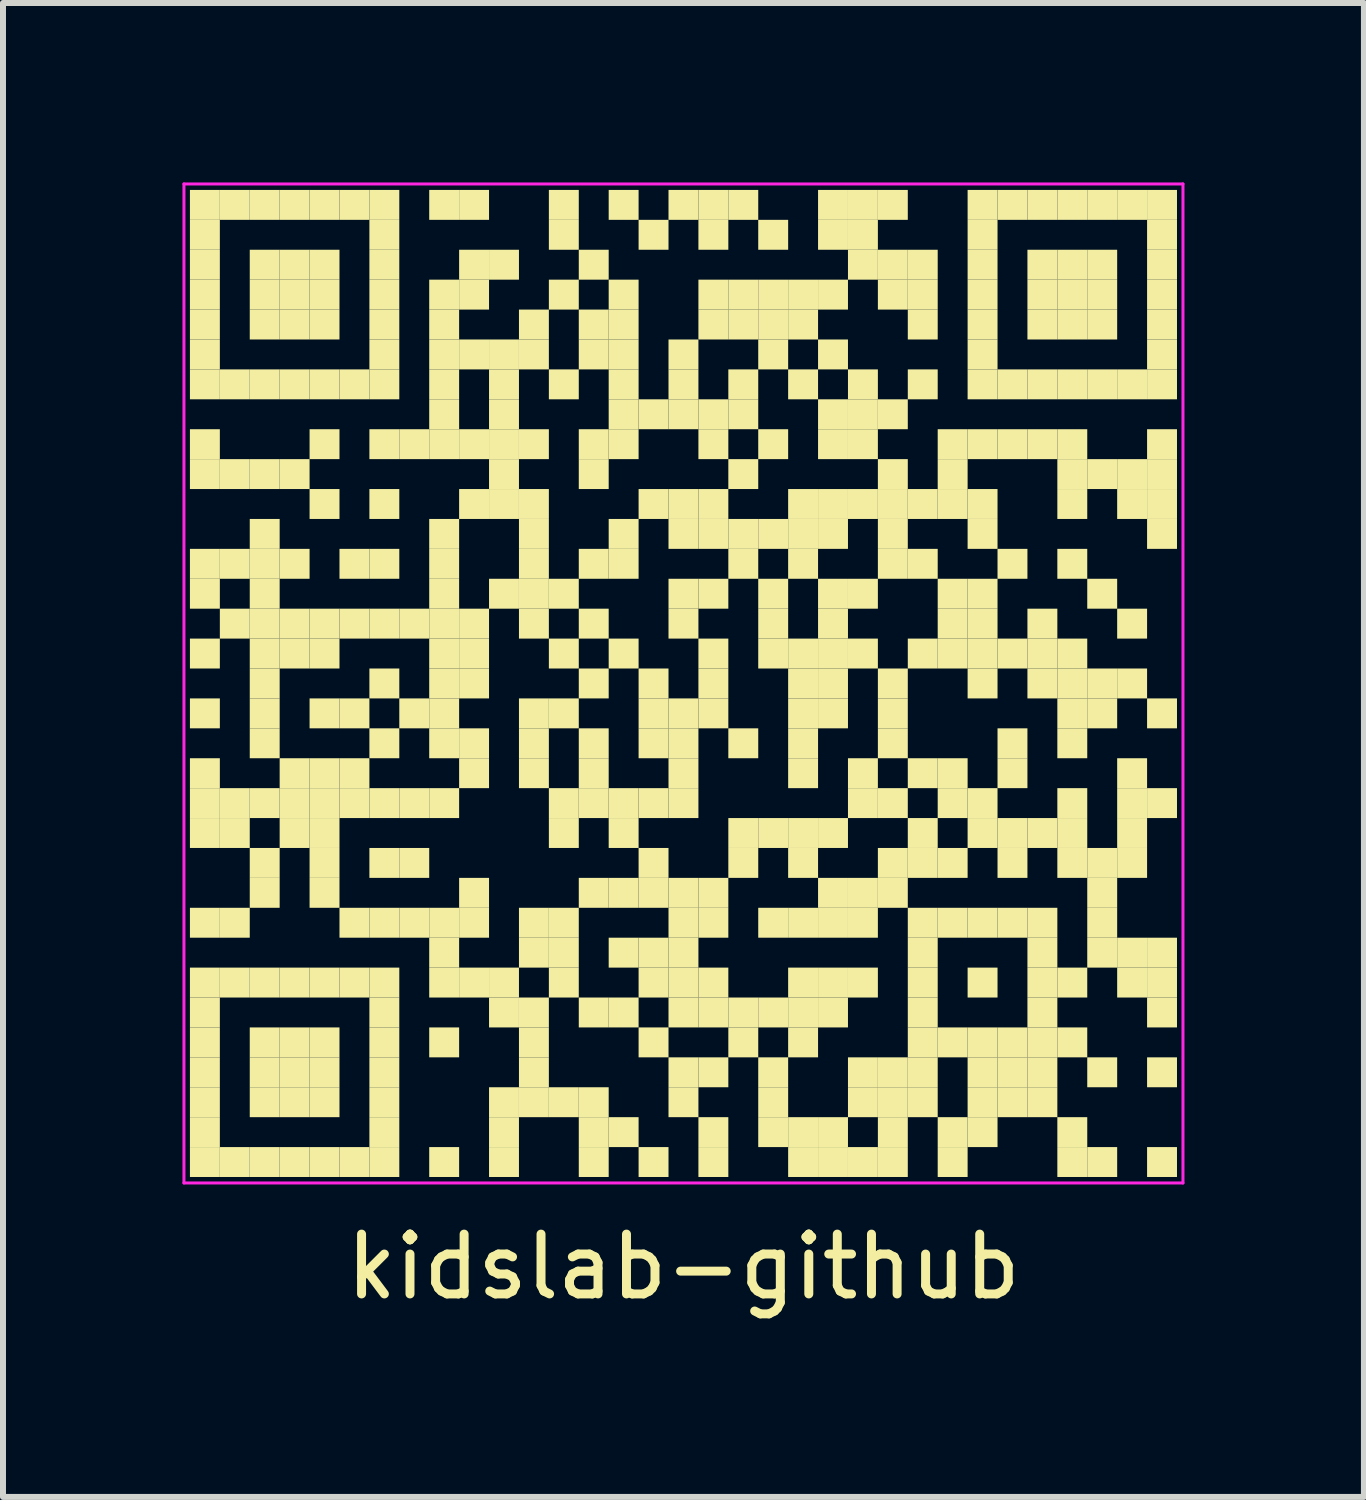
<source format=kicad_pcb>
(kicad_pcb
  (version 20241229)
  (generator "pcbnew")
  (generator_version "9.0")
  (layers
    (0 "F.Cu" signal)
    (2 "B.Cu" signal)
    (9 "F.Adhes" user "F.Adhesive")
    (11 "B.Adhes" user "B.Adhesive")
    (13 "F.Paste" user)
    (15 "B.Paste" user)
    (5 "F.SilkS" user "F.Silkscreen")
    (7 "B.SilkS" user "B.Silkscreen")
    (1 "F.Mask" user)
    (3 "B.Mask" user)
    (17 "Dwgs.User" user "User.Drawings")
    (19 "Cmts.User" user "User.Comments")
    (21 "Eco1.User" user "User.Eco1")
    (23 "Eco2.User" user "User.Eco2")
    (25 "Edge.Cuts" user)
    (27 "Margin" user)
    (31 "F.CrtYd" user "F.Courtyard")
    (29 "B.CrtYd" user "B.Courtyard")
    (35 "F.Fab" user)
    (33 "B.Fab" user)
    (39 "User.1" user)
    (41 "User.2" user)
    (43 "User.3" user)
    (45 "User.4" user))
  (footprint "kidslab-github"
    (layer "F.Cu")
    (at 8.375 8.375)
    (property "Reference" "kidslab-github" (at 0 9.75 0) (layer "F.SilkS") (effects (font (size 1 1) (thickness 0.15))))
    (fp_rect (start -8.25 -8.25) (end -7.75 -7.75) (stroke (width 0) (type solid)) (fill yes) (layer "F.SilkS"))
    (fp_rect (start -8.25 -7.75) (end -7.75 -7.25) (stroke (width 0) (type solid)) (fill yes) (layer "F.SilkS"))
    (fp_rect (start -8.25 -7.25) (end -7.75 -6.75) (stroke (width 0) (type solid)) (fill yes) (layer "F.SilkS"))
    (fp_rect (start -8.25 -6.75) (end -7.75 -6.25) (stroke (width 0) (type solid)) (fill yes) (layer "F.SilkS"))
    (fp_rect (start -8.25 -6.25) (end -7.75 -5.75) (stroke (width 0) (type solid)) (fill yes) (layer "F.SilkS"))
    (fp_rect (start -8.25 -5.75) (end -7.75 -5.25) (stroke (width 0) (type solid)) (fill yes) (layer "F.SilkS"))
    (fp_rect (start -8.25 -5.25) (end -7.75 -4.75) (stroke (width 0) (type solid)) (fill yes) (layer "F.SilkS"))
    (fp_rect (start -8.25 -4.25) (end -7.75 -3.75) (stroke (width 0) (type solid)) (fill yes) (layer "F.SilkS"))
    (fp_rect (start -8.25 -3.75) (end -7.75 -3.25) (stroke (width 0) (type solid)) (fill yes) (layer "F.SilkS"))
    (fp_rect (start -8.25 -2.25) (end -7.75 -1.75) (stroke (width 0) (type solid)) (fill yes) (layer "F.SilkS"))
    (fp_rect (start -8.25 -1.75) (end -7.75 -1.25) (stroke (width 0) (type solid)) (fill yes) (layer "F.SilkS"))
    (fp_rect (start -8.25 -0.75) (end -7.75 -0.25) (stroke (width 0) (type solid)) (fill yes) (layer "F.SilkS"))
    (fp_rect (start -8.25 0.25) (end -7.75 0.75) (stroke (width 0) (type solid)) (fill yes) (layer "F.SilkS"))
    (fp_rect (start -8.25 1.25) (end -7.75 1.75) (stroke (width 0) (type solid)) (fill yes) (layer "F.SilkS"))
    (fp_rect (start -8.25 1.75) (end -7.75 2.25) (stroke (width 0) (type solid)) (fill yes) (layer "F.SilkS"))
    (fp_rect (start -8.25 2.25) (end -7.75 2.75) (stroke (width 0) (type solid)) (fill yes) (layer "F.SilkS"))
    (fp_rect (start -8.25 3.75) (end -7.75 4.25) (stroke (width 0) (type solid)) (fill yes) (layer "F.SilkS"))
    (fp_rect (start -8.25 4.75) (end -7.75 5.25) (stroke (width 0) (type solid)) (fill yes) (layer "F.SilkS"))
    (fp_rect (start -8.25 5.25) (end -7.75 5.75) (stroke (width 0) (type solid)) (fill yes) (layer "F.SilkS"))
    (fp_rect (start -8.25 5.75) (end -7.75 6.25) (stroke (width 0) (type solid)) (fill yes) (layer "F.SilkS"))
    (fp_rect (start -8.25 6.25) (end -7.75 6.75) (stroke (width 0) (type solid)) (fill yes) (layer "F.SilkS"))
    (fp_rect (start -8.25 6.75) (end -7.75 7.25) (stroke (width 0) (type solid)) (fill yes) (layer "F.SilkS"))
    (fp_rect (start -8.25 7.25) (end -7.75 7.75) (stroke (width 0) (type solid)) (fill yes) (layer "F.SilkS"))
    (fp_rect (start -8.25 7.75) (end -7.75 8.25) (stroke (width 0) (type solid)) (fill yes) (layer "F.SilkS"))
    (fp_rect (start -7.75 -8.25) (end -7.25 -7.75) (stroke (width 0) (type solid)) (fill yes) (layer "F.SilkS"))
    (fp_rect (start -7.75 -5.25) (end -7.25 -4.75) (stroke (width 0) (type solid)) (fill yes) (layer "F.SilkS"))
    (fp_rect (start -7.75 -3.75) (end -7.25 -3.25) (stroke (width 0) (type solid)) (fill yes) (layer "F.SilkS"))
    (fp_rect (start -7.75 -2.25) (end -7.25 -1.75) (stroke (width 0) (type solid)) (fill yes) (layer "F.SilkS"))
    (fp_rect (start -7.75 -1.25) (end -7.25 -0.75) (stroke (width 0) (type solid)) (fill yes) (layer "F.SilkS"))
    (fp_rect (start -7.75 1.75) (end -7.25 2.25) (stroke (width 0) (type solid)) (fill yes) (layer "F.SilkS"))
    (fp_rect (start -7.75 2.25) (end -7.25 2.75) (stroke (width 0) (type solid)) (fill yes) (layer "F.SilkS"))
    (fp_rect (start -7.75 3.75) (end -7.25 4.25) (stroke (width 0) (type solid)) (fill yes) (layer "F.SilkS"))
    (fp_rect (start -7.75 4.75) (end -7.25 5.25) (stroke (width 0) (type solid)) (fill yes) (layer "F.SilkS"))
    (fp_rect (start -7.75 7.75) (end -7.25 8.25) (stroke (width 0) (type solid)) (fill yes) (layer "F.SilkS"))
    (fp_rect (start -7.25 -8.25) (end -6.75 -7.75) (stroke (width 0) (type solid)) (fill yes) (layer "F.SilkS"))
    (fp_rect (start -7.25 -7.25) (end -6.75 -6.75) (stroke (width 0) (type solid)) (fill yes) (layer "F.SilkS"))
    (fp_rect (start -7.25 -6.75) (end -6.75 -6.25) (stroke (width 0) (type solid)) (fill yes) (layer "F.SilkS"))
    (fp_rect (start -7.25 -6.25) (end -6.75 -5.75) (stroke (width 0) (type solid)) (fill yes) (layer "F.SilkS"))
    (fp_rect (start -7.25 -5.25) (end -6.75 -4.75) (stroke (width 0) (type solid)) (fill yes) (layer "F.SilkS"))
    (fp_rect (start -7.25 -3.75) (end -6.75 -3.25) (stroke (width 0) (type solid)) (fill yes) (layer "F.SilkS"))
    (fp_rect (start -7.25 -2.75) (end -6.75 -2.25) (stroke (width 0) (type solid)) (fill yes) (layer "F.SilkS"))
    (fp_rect (start -7.25 -2.25) (end -6.75 -1.75) (stroke (width 0) (type solid)) (fill yes) (layer "F.SilkS"))
    (fp_rect (start -7.25 -1.75) (end -6.75 -1.25) (stroke (width 0) (type solid)) (fill yes) (layer "F.SilkS"))
    (fp_rect (start -7.25 -1.25) (end -6.75 -0.75) (stroke (width 0) (type solid)) (fill yes) (layer "F.SilkS"))
    (fp_rect (start -7.25 -0.75) (end -6.75 -0.25) (stroke (width 0) (type solid)) (fill yes) (layer "F.SilkS"))
    (fp_rect (start -7.25 -0.25) (end -6.75 0.25) (stroke (width 0) (type solid)) (fill yes) (layer "F.SilkS"))
    (fp_rect (start -7.25 0.25) (end -6.75 0.75) (stroke (width 0) (type solid)) (fill yes) (layer "F.SilkS"))
    (fp_rect (start -7.25 0.75) (end -6.75 1.25) (stroke (width 0) (type solid)) (fill yes) (layer "F.SilkS"))
    (fp_rect (start -7.25 1.75) (end -6.75 2.25) (stroke (width 0) (type solid)) (fill yes) (layer "F.SilkS"))
    (fp_rect (start -7.25 2.75) (end -6.75 3.25) (stroke (width 0) (type solid)) (fill yes) (layer "F.SilkS"))
    (fp_rect (start -7.25 3.25) (end -6.75 3.75) (stroke (width 0) (type solid)) (fill yes) (layer "F.SilkS"))
    (fp_rect (start -7.25 4.75) (end -6.75 5.25) (stroke (width 0) (type solid)) (fill yes) (layer "F.SilkS"))
    (fp_rect (start -7.25 5.75) (end -6.75 6.25) (stroke (width 0) (type solid)) (fill yes) (layer "F.SilkS"))
    (fp_rect (start -7.25 6.25) (end -6.75 6.75) (stroke (width 0) (type solid)) (fill yes) (layer "F.SilkS"))
    (fp_rect (start -7.25 6.75) (end -6.75 7.25) (stroke (width 0) (type solid)) (fill yes) (layer "F.SilkS"))
    (fp_rect (start -7.25 7.75) (end -6.75 8.25) (stroke (width 0) (type solid)) (fill yes) (layer "F.SilkS"))
    (fp_rect (start -6.75 -8.25) (end -6.25 -7.75) (stroke (width 0) (type solid)) (fill yes) (layer "F.SilkS"))
    (fp_rect (start -6.75 -7.25) (end -6.25 -6.75) (stroke (width 0) (type solid)) (fill yes) (layer "F.SilkS"))
    (fp_rect (start -6.75 -6.75) (end -6.25 -6.25) (stroke (width 0) (type solid)) (fill yes) (layer "F.SilkS"))
    (fp_rect (start -6.75 -6.25) (end -6.25 -5.75) (stroke (width 0) (type solid)) (fill yes) (layer "F.SilkS"))
    (fp_rect (start -6.75 -5.25) (end -6.25 -4.75) (stroke (width 0) (type solid)) (fill yes) (layer "F.SilkS"))
    (fp_rect (start -6.75 -3.75) (end -6.25 -3.25) (stroke (width 0) (type solid)) (fill yes) (layer "F.SilkS"))
    (fp_rect (start -6.75 -2.25) (end -6.25 -1.75) (stroke (width 0) (type solid)) (fill yes) (layer "F.SilkS"))
    (fp_rect (start -6.75 -1.25) (end -6.25 -0.75) (stroke (width 0) (type solid)) (fill yes) (layer "F.SilkS"))
    (fp_rect (start -6.75 -0.75) (end -6.25 -0.25) (stroke (width 0) (type solid)) (fill yes) (layer "F.SilkS"))
    (fp_rect (start -6.75 1.25) (end -6.25 1.75) (stroke (width 0) (type solid)) (fill yes) (layer "F.SilkS"))
    (fp_rect (start -6.75 1.75) (end -6.25 2.25) (stroke (width 0) (type solid)) (fill yes) (layer "F.SilkS"))
    (fp_rect (start -6.75 2.25) (end -6.25 2.75) (stroke (width 0) (type solid)) (fill yes) (layer "F.SilkS"))
    (fp_rect (start -6.75 4.75) (end -6.25 5.25) (stroke (width 0) (type solid)) (fill yes) (layer "F.SilkS"))
    (fp_rect (start -6.75 5.75) (end -6.25 6.25) (stroke (width 0) (type solid)) (fill yes) (layer "F.SilkS"))
    (fp_rect (start -6.75 6.25) (end -6.25 6.75) (stroke (width 0) (type solid)) (fill yes) (layer "F.SilkS"))
    (fp_rect (start -6.75 6.75) (end -6.25 7.25) (stroke (width 0) (type solid)) (fill yes) (layer "F.SilkS"))
    (fp_rect (start -6.75 7.75) (end -6.25 8.25) (stroke (width 0) (type solid)) (fill yes) (layer "F.SilkS"))
    (fp_rect (start -6.25 -8.25) (end -5.75 -7.75) (stroke (width 0) (type solid)) (fill yes) (layer "F.SilkS"))
    (fp_rect (start -6.25 -7.25) (end -5.75 -6.75) (stroke (width 0) (type solid)) (fill yes) (layer "F.SilkS"))
    (fp_rect (start -6.25 -6.75) (end -5.75 -6.25) (stroke (width 0) (type solid)) (fill yes) (layer "F.SilkS"))
    (fp_rect (start -6.25 -6.25) (end -5.75 -5.75) (stroke (width 0) (type solid)) (fill yes) (layer "F.SilkS"))
    (fp_rect (start -6.25 -5.25) (end -5.75 -4.75) (stroke (width 0) (type solid)) (fill yes) (layer "F.SilkS"))
    (fp_rect (start -6.25 -4.25) (end -5.75 -3.75) (stroke (width 0) (type solid)) (fill yes) (layer "F.SilkS"))
    (fp_rect (start -6.25 -3.25) (end -5.75 -2.75) (stroke (width 0) (type solid)) (fill yes) (layer "F.SilkS"))
    (fp_rect (start -6.25 -1.25) (end -5.75 -0.75) (stroke (width 0) (type solid)) (fill yes) (layer "F.SilkS"))
    (fp_rect (start -6.25 -0.75) (end -5.75 -0.25) (stroke (width 0) (type solid)) (fill yes) (layer "F.SilkS"))
    (fp_rect (start -6.25 0.25) (end -5.75 0.75) (stroke (width 0) (type solid)) (fill yes) (layer "F.SilkS"))
    (fp_rect (start -6.25 1.25) (end -5.75 1.75) (stroke (width 0) (type solid)) (fill yes) (layer "F.SilkS"))
    (fp_rect (start -6.25 1.75) (end -5.75 2.25) (stroke (width 0) (type solid)) (fill yes) (layer "F.SilkS"))
    (fp_rect (start -6.25 2.25) (end -5.75 2.75) (stroke (width 0) (type solid)) (fill yes) (layer "F.SilkS"))
    (fp_rect (start -6.25 2.75) (end -5.75 3.25) (stroke (width 0) (type solid)) (fill yes) (layer "F.SilkS"))
    (fp_rect (start -6.25 3.25) (end -5.75 3.75) (stroke (width 0) (type solid)) (fill yes) (layer "F.SilkS"))
    (fp_rect (start -6.25 4.75) (end -5.75 5.25) (stroke (width 0) (type solid)) (fill yes) (layer "F.SilkS"))
    (fp_rect (start -6.25 5.75) (end -5.75 6.25) (stroke (width 0) (type solid)) (fill yes) (layer "F.SilkS"))
    (fp_rect (start -6.25 6.25) (end -5.75 6.75) (stroke (width 0) (type solid)) (fill yes) (layer "F.SilkS"))
    (fp_rect (start -6.25 6.75) (end -5.75 7.25) (stroke (width 0) (type solid)) (fill yes) (layer "F.SilkS"))
    (fp_rect (start -6.25 7.75) (end -5.75 8.25) (stroke (width 0) (type solid)) (fill yes) (layer "F.SilkS"))
    (fp_rect (start -5.75 -8.25) (end -5.25 -7.75) (stroke (width 0) (type solid)) (fill yes) (layer "F.SilkS"))
    (fp_rect (start -5.75 -5.25) (end -5.25 -4.75) (stroke (width 0) (type solid)) (fill yes) (layer "F.SilkS"))
    (fp_rect (start -5.75 -2.25) (end -5.25 -1.75) (stroke (width 0) (type solid)) (fill yes) (layer "F.SilkS"))
    (fp_rect (start -5.75 -1.25) (end -5.25 -0.75) (stroke (width 0) (type solid)) (fill yes) (layer "F.SilkS"))
    (fp_rect (start -5.75 0.25) (end -5.25 0.75) (stroke (width 0) (type solid)) (fill yes) (layer "F.SilkS"))
    (fp_rect (start -5.75 1.25) (end -5.25 1.75) (stroke (width 0) (type solid)) (fill yes) (layer "F.SilkS"))
    (fp_rect (start -5.75 1.75) (end -5.25 2.25) (stroke (width 0) (type solid)) (fill yes) (layer "F.SilkS"))
    (fp_rect (start -5.75 3.75) (end -5.25 4.25) (stroke (width 0) (type solid)) (fill yes) (layer "F.SilkS"))
    (fp_rect (start -5.75 4.75) (end -5.25 5.25) (stroke (width 0) (type solid)) (fill yes) (layer "F.SilkS"))
    (fp_rect (start -5.75 7.75) (end -5.25 8.25) (stroke (width 0) (type solid)) (fill yes) (layer "F.SilkS"))
    (fp_rect (start -5.25 -8.25) (end -4.75 -7.75) (stroke (width 0) (type solid)) (fill yes) (layer "F.SilkS"))
    (fp_rect (start -5.25 -7.75) (end -4.75 -7.25) (stroke (width 0) (type solid)) (fill yes) (layer "F.SilkS"))
    (fp_rect (start -5.25 -7.25) (end -4.75 -6.75) (stroke (width 0) (type solid)) (fill yes) (layer "F.SilkS"))
    (fp_rect (start -5.25 -6.75) (end -4.75 -6.25) (stroke (width 0) (type solid)) (fill yes) (layer "F.SilkS"))
    (fp_rect (start -5.25 -6.25) (end -4.75 -5.75) (stroke (width 0) (type solid)) (fill yes) (layer "F.SilkS"))
    (fp_rect (start -5.25 -5.75) (end -4.75 -5.25) (stroke (width 0) (type solid)) (fill yes) (layer "F.SilkS"))
    (fp_rect (start -5.25 -5.25) (end -4.75 -4.75) (stroke (width 0) (type solid)) (fill yes) (layer "F.SilkS"))
    (fp_rect (start -5.25 -4.25) (end -4.75 -3.75) (stroke (width 0) (type solid)) (fill yes) (layer "F.SilkS"))
    (fp_rect (start -5.25 -3.25) (end -4.75 -2.75) (stroke (width 0) (type solid)) (fill yes) (layer "F.SilkS"))
    (fp_rect (start -5.25 -2.25) (end -4.75 -1.75) (stroke (width 0) (type solid)) (fill yes) (layer "F.SilkS"))
    (fp_rect (start -5.25 -1.25) (end -4.75 -0.75) (stroke (width 0) (type solid)) (fill yes) (layer "F.SilkS"))
    (fp_rect (start -5.25 -0.25) (end -4.75 0.25) (stroke (width 0) (type solid)) (fill yes) (layer "F.SilkS"))
    (fp_rect (start -5.25 0.75) (end -4.75 1.25) (stroke (width 0) (type solid)) (fill yes) (layer "F.SilkS"))
    (fp_rect (start -5.25 1.75) (end -4.75 2.25) (stroke (width 0) (type solid)) (fill yes) (layer "F.SilkS"))
    (fp_rect (start -5.25 2.75) (end -4.75 3.25) (stroke (width 0) (type solid)) (fill yes) (layer "F.SilkS"))
    (fp_rect (start -5.25 3.75) (end -4.75 4.25) (stroke (width 0) (type solid)) (fill yes) (layer "F.SilkS"))
    (fp_rect (start -5.25 4.75) (end -4.75 5.25) (stroke (width 0) (type solid)) (fill yes) (layer "F.SilkS"))
    (fp_rect (start -5.25 5.25) (end -4.75 5.75) (stroke (width 0) (type solid)) (fill yes) (layer "F.SilkS"))
    (fp_rect (start -5.25 5.75) (end -4.75 6.25) (stroke (width 0) (type solid)) (fill yes) (layer "F.SilkS"))
    (fp_rect (start -5.25 6.25) (end -4.75 6.75) (stroke (width 0) (type solid)) (fill yes) (layer "F.SilkS"))
    (fp_rect (start -5.25 6.75) (end -4.75 7.25) (stroke (width 0) (type solid)) (fill yes) (layer "F.SilkS"))
    (fp_rect (start -5.25 7.25) (end -4.75 7.75) (stroke (width 0) (type solid)) (fill yes) (layer "F.SilkS"))
    (fp_rect (start -5.25 7.75) (end -4.75 8.25) (stroke (width 0) (type solid)) (fill yes) (layer "F.SilkS"))
    (fp_rect (start -4.75 -4.25) (end -4.25 -3.75) (stroke (width 0) (type solid)) (fill yes) (layer "F.SilkS"))
    (fp_rect (start -4.75 -1.25) (end -4.25 -0.75) (stroke (width 0) (type solid)) (fill yes) (layer "F.SilkS"))
    (fp_rect (start -4.75 0.25) (end -4.25 0.75) (stroke (width 0) (type solid)) (fill yes) (layer "F.SilkS"))
    (fp_rect (start -4.75 1.75) (end -4.25 2.25) (stroke (width 0) (type solid)) (fill yes) (layer "F.SilkS"))
    (fp_rect (start -4.75 2.75) (end -4.25 3.25) (stroke (width 0) (type solid)) (fill yes) (layer "F.SilkS"))
    (fp_rect (start -4.75 3.75) (end -4.25 4.25) (stroke (width 0) (type solid)) (fill yes) (layer "F.SilkS"))
    (fp_rect (start -4.25 -8.25) (end -3.75 -7.75) (stroke (width 0) (type solid)) (fill yes) (layer "F.SilkS"))
    (fp_rect (start -4.25 -6.75) (end -3.75 -6.25) (stroke (width 0) (type solid)) (fill yes) (layer "F.SilkS"))
    (fp_rect (start -4.25 -6.25) (end -3.75 -5.75) (stroke (width 0) (type solid)) (fill yes) (layer "F.SilkS"))
    (fp_rect (start -4.25 -5.75) (end -3.75 -5.25) (stroke (width 0) (type solid)) (fill yes) (layer "F.SilkS"))
    (fp_rect (start -4.25 -5.25) (end -3.75 -4.75) (stroke (width 0) (type solid)) (fill yes) (layer "F.SilkS"))
    (fp_rect (start -4.25 -4.75) (end -3.75 -4.25) (stroke (width 0) (type solid)) (fill yes) (layer "F.SilkS"))
    (fp_rect (start -4.25 -4.25) (end -3.75 -3.75) (stroke (width 0) (type solid)) (fill yes) (layer "F.SilkS"))
    (fp_rect (start -4.25 -2.75) (end -3.75 -2.25) (stroke (width 0) (type solid)) (fill yes) (layer "F.SilkS"))
    (fp_rect (start -4.25 -2.25) (end -3.75 -1.75) (stroke (width 0) (type solid)) (fill yes) (layer "F.SilkS"))
    (fp_rect (start -4.25 -1.75) (end -3.75 -1.25) (stroke (width 0) (type solid)) (fill yes) (layer "F.SilkS"))
    (fp_rect (start -4.25 -1.25) (end -3.75 -0.75) (stroke (width 0) (type solid)) (fill yes) (layer "F.SilkS"))
    (fp_rect (start -4.25 -0.75) (end -3.75 -0.25) (stroke (width 0) (type solid)) (fill yes) (layer "F.SilkS"))
    (fp_rect (start -4.25 -0.25) (end -3.75 0.25) (stroke (width 0) (type solid)) (fill yes) (layer "F.SilkS"))
    (fp_rect (start -4.25 0.25) (end -3.75 0.75) (stroke (width 0) (type solid)) (fill yes) (layer "F.SilkS"))
    (fp_rect (start -4.25 0.75) (end -3.75 1.25) (stroke (width 0) (type solid)) (fill yes) (layer "F.SilkS"))
    (fp_rect (start -4.25 1.75) (end -3.75 2.25) (stroke (width 0) (type solid)) (fill yes) (layer "F.SilkS"))
    (fp_rect (start -4.25 3.75) (end -3.75 4.25) (stroke (width 0) (type solid)) (fill yes) (layer "F.SilkS"))
    (fp_rect (start -4.25 4.25) (end -3.75 4.75) (stroke (width 0) (type solid)) (fill yes) (layer "F.SilkS"))
    (fp_rect (start -4.25 4.75) (end -3.75 5.25) (stroke (width 0) (type solid)) (fill yes) (layer "F.SilkS"))
    (fp_rect (start -4.25 5.75) (end -3.75 6.25) (stroke (width 0) (type solid)) (fill yes) (layer "F.SilkS"))
    (fp_rect (start -4.25 7.75) (end -3.75 8.25) (stroke (width 0) (type solid)) (fill yes) (layer "F.SilkS"))
    (fp_rect (start -3.75 -8.25) (end -3.25 -7.75) (stroke (width 0) (type solid)) (fill yes) (layer "F.SilkS"))
    (fp_rect (start -3.75 -7.25) (end -3.25 -6.75) (stroke (width 0) (type solid)) (fill yes) (layer "F.SilkS"))
    (fp_rect (start -3.75 -6.75) (end -3.25 -6.25) (stroke (width 0) (type solid)) (fill yes) (layer "F.SilkS"))
    (fp_rect (start -3.75 -5.75) (end -3.25 -5.25) (stroke (width 0) (type solid)) (fill yes) (layer "F.SilkS"))
    (fp_rect (start -3.75 -4.25) (end -3.25 -3.75) (stroke (width 0) (type solid)) (fill yes) (layer "F.SilkS"))
    (fp_rect (start -3.75 -3.25) (end -3.25 -2.75) (stroke (width 0) (type solid)) (fill yes) (layer "F.SilkS"))
    (fp_rect (start -3.75 -1.25) (end -3.25 -0.75) (stroke (width 0) (type solid)) (fill yes) (layer "F.SilkS"))
    (fp_rect (start -3.75 -0.75) (end -3.25 -0.25) (stroke (width 0) (type solid)) (fill yes) (layer "F.SilkS"))
    (fp_rect (start -3.75 -0.25) (end -3.25 0.25) (stroke (width 0) (type solid)) (fill yes) (layer "F.SilkS"))
    (fp_rect (start -3.75 0.75) (end -3.25 1.25) (stroke (width 0) (type solid)) (fill yes) (layer "F.SilkS"))
    (fp_rect (start -3.75 1.25) (end -3.25 1.75) (stroke (width 0) (type solid)) (fill yes) (layer "F.SilkS"))
    (fp_rect (start -3.75 3.25) (end -3.25 3.75) (stroke (width 0) (type solid)) (fill yes) (layer "F.SilkS"))
    (fp_rect (start -3.75 3.75) (end -3.25 4.25) (stroke (width 0) (type solid)) (fill yes) (layer "F.SilkS"))
    (fp_rect (start -3.75 4.75) (end -3.25 5.25) (stroke (width 0) (type solid)) (fill yes) (layer "F.SilkS"))
    (fp_rect (start -3.25 -7.25) (end -2.75 -6.75) (stroke (width 0) (type solid)) (fill yes) (layer "F.SilkS"))
    (fp_rect (start -3.25 -5.75) (end -2.75 -5.25) (stroke (width 0) (type solid)) (fill yes) (layer "F.SilkS"))
    (fp_rect (start -3.25 -5.25) (end -2.75 -4.75) (stroke (width 0) (type solid)) (fill yes) (layer "F.SilkS"))
    (fp_rect (start -3.25 -4.75) (end -2.75 -4.25) (stroke (width 0) (type solid)) (fill yes) (layer "F.SilkS"))
    (fp_rect (start -3.25 -4.25) (end -2.75 -3.75) (stroke (width 0) (type solid)) (fill yes) (layer "F.SilkS"))
    (fp_rect (start -3.25 -3.75) (end -2.75 -3.25) (stroke (width 0) (type solid)) (fill yes) (layer "F.SilkS"))
    (fp_rect (start -3.25 -3.25) (end -2.75 -2.75) (stroke (width 0) (type solid)) (fill yes) (layer "F.SilkS"))
    (fp_rect (start -3.25 -1.75) (end -2.75 -1.25) (stroke (width 0) (type solid)) (fill yes) (layer "F.SilkS"))
    (fp_rect (start -3.25 4.75) (end -2.75 5.25) (stroke (width 0) (type solid)) (fill yes) (layer "F.SilkS"))
    (fp_rect (start -3.25 5.25) (end -2.75 5.75) (stroke (width 0) (type solid)) (fill yes) (layer "F.SilkS"))
    (fp_rect (start -3.25 6.75) (end -2.75 7.25) (stroke (width 0) (type solid)) (fill yes) (layer "F.SilkS"))
    (fp_rect (start -3.25 7.25) (end -2.75 7.75) (stroke (width 0) (type solid)) (fill yes) (layer "F.SilkS"))
    (fp_rect (start -3.25 7.75) (end -2.75 8.25) (stroke (width 0) (type solid)) (fill yes) (layer "F.SilkS"))
    (fp_rect (start -2.75 -6.25) (end -2.25 -5.75) (stroke (width 0) (type solid)) (fill yes) (layer "F.SilkS"))
    (fp_rect (start -2.75 -5.75) (end -2.25 -5.25) (stroke (width 0) (type solid)) (fill yes) (layer "F.SilkS"))
    (fp_rect (start -2.75 -4.25) (end -2.25 -3.75) (stroke (width 0) (type solid)) (fill yes) (layer "F.SilkS"))
    (fp_rect (start -2.75 -3.25) (end -2.25 -2.75) (stroke (width 0) (type solid)) (fill yes) (layer "F.SilkS"))
    (fp_rect (start -2.75 -2.75) (end -2.25 -2.25) (stroke (width 0) (type solid)) (fill yes) (layer "F.SilkS"))
    (fp_rect (start -2.75 -2.25) (end -2.25 -1.75) (stroke (width 0) (type solid)) (fill yes) (layer "F.SilkS"))
    (fp_rect (start -2.75 -1.75) (end -2.25 -1.25) (stroke (width 0) (type solid)) (fill yes) (layer "F.SilkS"))
    (fp_rect (start -2.75 -1.25) (end -2.25 -0.75) (stroke (width 0) (type solid)) (fill yes) (layer "F.SilkS"))
    (fp_rect (start -2.75 0.25) (end -2.25 0.75) (stroke (width 0) (type solid)) (fill yes) (layer "F.SilkS"))
    (fp_rect (start -2.75 0.75) (end -2.25 1.25) (stroke (width 0) (type solid)) (fill yes) (layer "F.SilkS"))
    (fp_rect (start -2.75 1.25) (end -2.25 1.75) (stroke (width 0) (type solid)) (fill yes) (layer "F.SilkS"))
    (fp_rect (start -2.75 3.75) (end -2.25 4.25) (stroke (width 0) (type solid)) (fill yes) (layer "F.SilkS"))
    (fp_rect (start -2.75 4.25) (end -2.25 4.75) (stroke (width 0) (type solid)) (fill yes) (layer "F.SilkS"))
    (fp_rect (start -2.75 5.25) (end -2.25 5.75) (stroke (width 0) (type solid)) (fill yes) (layer "F.SilkS"))
    (fp_rect (start -2.75 5.75) (end -2.25 6.25) (stroke (width 0) (type solid)) (fill yes) (layer "F.SilkS"))
    (fp_rect (start -2.75 6.25) (end -2.25 6.75) (stroke (width 0) (type solid)) (fill yes) (layer "F.SilkS"))
    (fp_rect (start -2.75 6.75) (end -2.25 7.25) (stroke (width 0) (type solid)) (fill yes) (layer "F.SilkS"))
    (fp_rect (start -2.25 -8.25) (end -1.75 -7.75) (stroke (width 0) (type solid)) (fill yes) (layer "F.SilkS"))
    (fp_rect (start -2.25 -7.75) (end -1.75 -7.25) (stroke (width 0) (type solid)) (fill yes) (layer "F.SilkS"))
    (fp_rect (start -2.25 -6.75) (end -1.75 -6.25) (stroke (width 0) (type solid)) (fill yes) (layer "F.SilkS"))
    (fp_rect (start -2.25 -5.25) (end -1.75 -4.75) (stroke (width 0) (type solid)) (fill yes) (layer "F.SilkS"))
    (fp_rect (start -2.25 -1.75) (end -1.75 -1.25) (stroke (width 0) (type solid)) (fill yes) (layer "F.SilkS"))
    (fp_rect (start -2.25 -0.75) (end -1.75 -0.25) (stroke (width 0) (type solid)) (fill yes) (layer "F.SilkS"))
    (fp_rect (start -2.25 0.25) (end -1.75 0.75) (stroke (width 0) (type solid)) (fill yes) (layer "F.SilkS"))
    (fp_rect (start -2.25 1.75) (end -1.75 2.25) (stroke (width 0) (type solid)) (fill yes) (layer "F.SilkS"))
    (fp_rect (start -2.25 2.25) (end -1.75 2.75) (stroke (width 0) (type solid)) (fill yes) (layer "F.SilkS"))
    (fp_rect (start -2.25 3.75) (end -1.75 4.25) (stroke (width 0) (type solid)) (fill yes) (layer "F.SilkS"))
    (fp_rect (start -2.25 4.25) (end -1.75 4.75) (stroke (width 0) (type solid)) (fill yes) (layer "F.SilkS"))
    (fp_rect (start -2.25 4.75) (end -1.75 5.25) (stroke (width 0) (type solid)) (fill yes) (layer "F.SilkS"))
    (fp_rect (start -2.25 6.75) (end -1.75 7.25) (stroke (width 0) (type solid)) (fill yes) (layer "F.SilkS"))
    (fp_rect (start -1.75 -7.25) (end -1.25 -6.75) (stroke (width 0) (type solid)) (fill yes) (layer "F.SilkS"))
    (fp_rect (start -1.75 -6.25) (end -1.25 -5.75) (stroke (width 0) (type solid)) (fill yes) (layer "F.SilkS"))
    (fp_rect (start -1.75 -5.75) (end -1.25 -5.25) (stroke (width 0) (type solid)) (fill yes) (layer "F.SilkS"))
    (fp_rect (start -1.75 -4.25) (end -1.25 -3.75) (stroke (width 0) (type solid)) (fill yes) (layer "F.SilkS"))
    (fp_rect (start -1.75 -3.75) (end -1.25 -3.25) (stroke (width 0) (type solid)) (fill yes) (layer "F.SilkS"))
    (fp_rect (start -1.75 -2.25) (end -1.25 -1.75) (stroke (width 0) (type solid)) (fill yes) (layer "F.SilkS"))
    (fp_rect (start -1.75 -1.25) (end -1.25 -0.75) (stroke (width 0) (type solid)) (fill yes) (layer "F.SilkS"))
    (fp_rect (start -1.75 -0.25) (end -1.25 0.25) (stroke (width 0) (type solid)) (fill yes) (layer "F.SilkS"))
    (fp_rect (start -1.75 0.75) (end -1.25 1.25) (stroke (width 0) (type solid)) (fill yes) (layer "F.SilkS"))
    (fp_rect (start -1.75 1.25) (end -1.25 1.75) (stroke (width 0) (type solid)) (fill yes) (layer "F.SilkS"))
    (fp_rect (start -1.75 1.75) (end -1.25 2.25) (stroke (width 0) (type solid)) (fill yes) (layer "F.SilkS"))
    (fp_rect (start -1.75 3.25) (end -1.25 3.75) (stroke (width 0) (type solid)) (fill yes) (layer "F.SilkS"))
    (fp_rect (start -1.75 5.25) (end -1.25 5.75) (stroke (width 0) (type solid)) (fill yes) (layer "F.SilkS"))
    (fp_rect (start -1.75 6.75) (end -1.25 7.25) (stroke (width 0) (type solid)) (fill yes) (layer "F.SilkS"))
    (fp_rect (start -1.75 7.25) (end -1.25 7.75) (stroke (width 0) (type solid)) (fill yes) (layer "F.SilkS"))
    (fp_rect (start -1.75 7.75) (end -1.25 8.25) (stroke (width 0) (type solid)) (fill yes) (layer "F.SilkS"))
    (fp_rect (start -1.25 -8.25) (end -0.75 -7.75) (stroke (width 0) (type solid)) (fill yes) (layer "F.SilkS"))
    (fp_rect (start -1.25 -6.75) (end -0.75 -6.25) (stroke (width 0) (type solid)) (fill yes) (layer "F.SilkS"))
    (fp_rect (start -1.25 -6.25) (end -0.75 -5.75) (stroke (width 0) (type solid)) (fill yes) (layer "F.SilkS"))
    (fp_rect (start -1.25 -5.75) (end -0.75 -5.25) (stroke (width 0) (type solid)) (fill yes) (layer "F.SilkS"))
    (fp_rect (start -1.25 -5.25) (end -0.75 -4.75) (stroke (width 0) (type solid)) (fill yes) (layer "F.SilkS"))
    (fp_rect (start -1.25 -4.75) (end -0.75 -4.25) (stroke (width 0) (type solid)) (fill yes) (layer "F.SilkS"))
    (fp_rect (start -1.25 -4.25) (end -0.75 -3.75) (stroke (width 0) (type solid)) (fill yes) (layer "F.SilkS"))
    (fp_rect (start -1.25 -2.75) (end -0.75 -2.25) (stroke (width 0) (type solid)) (fill yes) (layer "F.SilkS"))
    (fp_rect (start -1.25 -2.25) (end -0.75 -1.75) (stroke (width 0) (type solid)) (fill yes) (layer "F.SilkS"))
    (fp_rect (start -1.25 -0.75) (end -0.75 -0.25) (stroke (width 0) (type solid)) (fill yes) (layer "F.SilkS"))
    (fp_rect (start -1.25 1.75) (end -0.75 2.25) (stroke (width 0) (type solid)) (fill yes) (layer "F.SilkS"))
    (fp_rect (start -1.25 2.25) (end -0.75 2.75) (stroke (width 0) (type solid)) (fill yes) (layer "F.SilkS"))
    (fp_rect (start -1.25 3.25) (end -0.75 3.75) (stroke (width 0) (type solid)) (fill yes) (layer "F.SilkS"))
    (fp_rect (start -1.25 4.25) (end -0.75 4.75) (stroke (width 0) (type solid)) (fill yes) (layer "F.SilkS"))
    (fp_rect (start -1.25 5.25) (end -0.75 5.75) (stroke (width 0) (type solid)) (fill yes) (layer "F.SilkS"))
    (fp_rect (start -1.25 7.25) (end -0.75 7.75) (stroke (width 0) (type solid)) (fill yes) (layer "F.SilkS"))
    (fp_rect (start -0.75 -7.75) (end -0.25 -7.25) (stroke (width 0) (type solid)) (fill yes) (layer "F.SilkS"))
    (fp_rect (start -0.75 -4.75) (end -0.25 -4.25) (stroke (width 0) (type solid)) (fill yes) (layer "F.SilkS"))
    (fp_rect (start -0.75 -3.25) (end -0.25 -2.75) (stroke (width 0) (type solid)) (fill yes) (layer "F.SilkS"))
    (fp_rect (start -0.75 -0.25) (end -0.25 0.25) (stroke (width 0) (type solid)) (fill yes) (layer "F.SilkS"))
    (fp_rect (start -0.75 0.25) (end -0.25 0.75) (stroke (width 0) (type solid)) (fill yes) (layer "F.SilkS"))
    (fp_rect (start -0.75 0.75) (end -0.25 1.25) (stroke (width 0) (type solid)) (fill yes) (layer "F.SilkS"))
    (fp_rect (start -0.75 1.75) (end -0.25 2.25) (stroke (width 0) (type solid)) (fill yes) (layer "F.SilkS"))
    (fp_rect (start -0.75 2.75) (end -0.25 3.25) (stroke (width 0) (type solid)) (fill yes) (layer "F.SilkS"))
    (fp_rect (start -0.75 3.25) (end -0.25 3.75) (stroke (width 0) (type solid)) (fill yes) (layer "F.SilkS"))
    (fp_rect (start -0.75 4.25) (end -0.25 4.75) (stroke (width 0) (type solid)) (fill yes) (layer "F.SilkS"))
    (fp_rect (start -0.75 4.75) (end -0.25 5.25) (stroke (width 0) (type solid)) (fill yes) (layer "F.SilkS"))
    (fp_rect (start -0.75 5.75) (end -0.25 6.25) (stroke (width 0) (type solid)) (fill yes) (layer "F.SilkS"))
    (fp_rect (start -0.75 7.75) (end -0.25 8.25) (stroke (width 0) (type solid)) (fill yes) (layer "F.SilkS"))
    (fp_rect (start -0.25 -8.25) (end 0.25 -7.75) (stroke (width 0) (type solid)) (fill yes) (layer "F.SilkS"))
    (fp_rect (start -0.25 -5.75) (end 0.25 -5.25) (stroke (width 0) (type solid)) (fill yes) (layer "F.SilkS"))
    (fp_rect (start -0.25 -5.25) (end 0.25 -4.75) (stroke (width 0) (type solid)) (fill yes) (layer "F.SilkS"))
    (fp_rect (start -0.25 -4.75) (end 0.25 -4.25) (stroke (width 0) (type solid)) (fill yes) (layer "F.SilkS"))
    (fp_rect (start -0.25 -3.25) (end 0.25 -2.75) (stroke (width 0) (type solid)) (fill yes) (layer "F.SilkS"))
    (fp_rect (start -0.25 -2.75) (end 0.25 -2.25) (stroke (width 0) (type solid)) (fill yes) (layer "F.SilkS"))
    (fp_rect (start -0.25 -1.75) (end 0.25 -1.25) (stroke (width 0) (type solid)) (fill yes) (layer "F.SilkS"))
    (fp_rect (start -0.25 -1.25) (end 0.25 -0.75) (stroke (width 0) (type solid)) (fill yes) (layer "F.SilkS"))
    (fp_rect (start -0.25 0.25) (end 0.25 0.75) (stroke (width 0) (type solid)) (fill yes) (layer "F.SilkS"))
    (fp_rect (start -0.25 0.75) (end 0.25 1.25) (stroke (width 0) (type solid)) (fill yes) (layer "F.SilkS"))
    (fp_rect (start -0.25 1.25) (end 0.25 1.75) (stroke (width 0) (type solid)) (fill yes) (layer "F.SilkS"))
    (fp_rect (start -0.25 1.75) (end 0.25 2.25) (stroke (width 0) (type solid)) (fill yes) (layer "F.SilkS"))
    (fp_rect (start -0.25 3.25) (end 0.25 3.75) (stroke (width 0) (type solid)) (fill yes) (layer "F.SilkS"))
    (fp_rect (start -0.25 3.75) (end 0.25 4.25) (stroke (width 0) (type solid)) (fill yes) (layer "F.SilkS"))
    (fp_rect (start -0.25 4.25) (end 0.25 4.75) (stroke (width 0) (type solid)) (fill yes) (layer "F.SilkS"))
    (fp_rect (start -0.25 4.75) (end 0.25 5.25) (stroke (width 0) (type solid)) (fill yes) (layer "F.SilkS"))
    (fp_rect (start -0.25 5.25) (end 0.25 5.75) (stroke (width 0) (type solid)) (fill yes) (layer "F.SilkS"))
    (fp_rect (start -0.25 6.25) (end 0.25 6.75) (stroke (width 0) (type solid)) (fill yes) (layer "F.SilkS"))
    (fp_rect (start -0.25 6.75) (end 0.25 7.25) (stroke (width 0) (type solid)) (fill yes) (layer "F.SilkS"))
    (fp_rect (start 0.25 -8.25) (end 0.75 -7.75) (stroke (width 0) (type solid)) (fill yes) (layer "F.SilkS"))
    (fp_rect (start 0.25 -7.75) (end 0.75 -7.25) (stroke (width 0) (type solid)) (fill yes) (layer "F.SilkS"))
    (fp_rect (start 0.25 -6.75) (end 0.75 -6.25) (stroke (width 0) (type solid)) (fill yes) (layer "F.SilkS"))
    (fp_rect (start 0.25 -6.25) (end 0.75 -5.75) (stroke (width 0) (type solid)) (fill yes) (layer "F.SilkS"))
    (fp_rect (start 0.25 -4.75) (end 0.75 -4.25) (stroke (width 0) (type solid)) (fill yes) (layer "F.SilkS"))
    (fp_rect (start 0.25 -4.25) (end 0.75 -3.75) (stroke (width 0) (type solid)) (fill yes) (layer "F.SilkS"))
    (fp_rect (start 0.25 -3.25) (end 0.75 -2.75) (stroke (width 0) (type solid)) (fill yes) (layer "F.SilkS"))
    (fp_rect (start 0.25 -2.75) (end 0.75 -2.25) (stroke (width 0) (type solid)) (fill yes) (layer "F.SilkS"))
    (fp_rect (start 0.25 -1.75) (end 0.75 -1.25) (stroke (width 0) (type solid)) (fill yes) (layer "F.SilkS"))
    (fp_rect (start 0.25 -0.75) (end 0.75 -0.25) (stroke (width 0) (type solid)) (fill yes) (layer "F.SilkS"))
    (fp_rect (start 0.25 -0.25) (end 0.75 0.25) (stroke (width 0) (type solid)) (fill yes) (layer "F.SilkS"))
    (fp_rect (start 0.25 0.25) (end 0.75 0.75) (stroke (width 0) (type solid)) (fill yes) (layer "F.SilkS"))
    (fp_rect (start 0.25 3.25) (end 0.75 3.75) (stroke (width 0) (type solid)) (fill yes) (layer "F.SilkS"))
    (fp_rect (start 0.25 3.75) (end 0.75 4.25) (stroke (width 0) (type solid)) (fill yes) (layer "F.SilkS"))
    (fp_rect (start 0.25 4.75) (end 0.75 5.25) (stroke (width 0) (type solid)) (fill yes) (layer "F.SilkS"))
    (fp_rect (start 0.25 5.25) (end 0.75 5.75) (stroke (width 0) (type solid)) (fill yes) (layer "F.SilkS"))
    (fp_rect (start 0.25 6.25) (end 0.75 6.75) (stroke (width 0) (type solid)) (fill yes) (layer "F.SilkS"))
    (fp_rect (start 0.25 7.25) (end 0.75 7.75) (stroke (width 0) (type solid)) (fill yes) (layer "F.SilkS"))
    (fp_rect (start 0.25 7.75) (end 0.75 8.25) (stroke (width 0) (type solid)) (fill yes) (layer "F.SilkS"))
    (fp_rect (start 0.75 -8.25) (end 1.25 -7.75) (stroke (width 0) (type solid)) (fill yes) (layer "F.SilkS"))
    (fp_rect (start 0.75 -6.75) (end 1.25 -6.25) (stroke (width 0) (type solid)) (fill yes) (layer "F.SilkS"))
    (fp_rect (start 0.75 -6.25) (end 1.25 -5.75) (stroke (width 0) (type solid)) (fill yes) (layer "F.SilkS"))
    (fp_rect (start 0.75 -5.25) (end 1.25 -4.75) (stroke (width 0) (type solid)) (fill yes) (layer "F.SilkS"))
    (fp_rect (start 0.75 -4.75) (end 1.25 -4.25) (stroke (width 0) (type solid)) (fill yes) (layer "F.SilkS"))
    (fp_rect (start 0.75 -3.75) (end 1.25 -3.25) (stroke (width 0) (type solid)) (fill yes) (layer "F.SilkS"))
    (fp_rect (start 0.75 -2.75) (end 1.25 -2.25) (stroke (width 0) (type solid)) (fill yes) (layer "F.SilkS"))
    (fp_rect (start 0.75 -2.25) (end 1.25 -1.75) (stroke (width 0) (type solid)) (fill yes) (layer "F.SilkS"))
    (fp_rect (start 0.75 0.75) (end 1.25 1.25) (stroke (width 0) (type solid)) (fill yes) (layer "F.SilkS"))
    (fp_rect (start 0.75 2.25) (end 1.25 2.75) (stroke (width 0) (type solid)) (fill yes) (layer "F.SilkS"))
    (fp_rect (start 0.75 2.75) (end 1.25 3.25) (stroke (width 0) (type solid)) (fill yes) (layer "F.SilkS"))
    (fp_rect (start 0.75 5.25) (end 1.25 5.75) (stroke (width 0) (type solid)) (fill yes) (layer "F.SilkS"))
    (fp_rect (start 0.75 5.75) (end 1.25 6.25) (stroke (width 0) (type solid)) (fill yes) (layer "F.SilkS"))
    (fp_rect (start 1.25 -7.75) (end 1.75 -7.25) (stroke (width 0) (type solid)) (fill yes) (layer "F.SilkS"))
    (fp_rect (start 1.25 -6.75) (end 1.75 -6.25) (stroke (width 0) (type solid)) (fill yes) (layer "F.SilkS"))
    (fp_rect (start 1.25 -6.25) (end 1.75 -5.75) (stroke (width 0) (type solid)) (fill yes) (layer "F.SilkS"))
    (fp_rect (start 1.25 -5.75) (end 1.75 -5.25) (stroke (width 0) (type solid)) (fill yes) (layer "F.SilkS"))
    (fp_rect (start 1.25 -4.25) (end 1.75 -3.75) (stroke (width 0) (type solid)) (fill yes) (layer "F.SilkS"))
    (fp_rect (start 1.25 -2.75) (end 1.75 -2.25) (stroke (width 0) (type solid)) (fill yes) (layer "F.SilkS"))
    (fp_rect (start 1.25 -1.75) (end 1.75 -1.25) (stroke (width 0) (type solid)) (fill yes) (layer "F.SilkS"))
    (fp_rect (start 1.25 -1.25) (end 1.75 -0.75) (stroke (width 0) (type solid)) (fill yes) (layer "F.SilkS"))
    (fp_rect (start 1.25 -0.75) (end 1.75 -0.25) (stroke (width 0) (type solid)) (fill yes) (layer "F.SilkS"))
    (fp_rect (start 1.25 2.25) (end 1.75 2.75) (stroke (width 0) (type solid)) (fill yes) (layer "F.SilkS"))
    (fp_rect (start 1.25 3.75) (end 1.75 4.25) (stroke (width 0) (type solid)) (fill yes) (layer "F.SilkS"))
    (fp_rect (start 1.25 5.25) (end 1.75 5.75) (stroke (width 0) (type solid)) (fill yes) (layer "F.SilkS"))
    (fp_rect (start 1.25 6.25) (end 1.75 6.75) (stroke (width 0) (type solid)) (fill yes) (layer "F.SilkS"))
    (fp_rect (start 1.25 6.75) (end 1.75 7.25) (stroke (width 0) (type solid)) (fill yes) (layer "F.SilkS"))
    (fp_rect (start 1.25 7.25) (end 1.75 7.75) (stroke (width 0) (type solid)) (fill yes) (layer "F.SilkS"))
    (fp_rect (start 1.75 -6.75) (end 2.25 -6.25) (stroke (width 0) (type solid)) (fill yes) (layer "F.SilkS"))
    (fp_rect (start 1.75 -6.25) (end 2.25 -5.75) (stroke (width 0) (type solid)) (fill yes) (layer "F.SilkS"))
    (fp_rect (start 1.75 -5.25) (end 2.25 -4.75) (stroke (width 0) (type solid)) (fill yes) (layer "F.SilkS"))
    (fp_rect (start 1.75 -3.25) (end 2.25 -2.75) (stroke (width 0) (type solid)) (fill yes) (layer "F.SilkS"))
    (fp_rect (start 1.75 -2.75) (end 2.25 -2.25) (stroke (width 0) (type solid)) (fill yes) (layer "F.SilkS"))
    (fp_rect (start 1.75 -2.25) (end 2.25 -1.75) (stroke (width 0) (type solid)) (fill yes) (layer "F.SilkS"))
    (fp_rect (start 1.75 -0.75) (end 2.25 -0.25) (stroke (width 0) (type solid)) (fill yes) (layer "F.SilkS"))
    (fp_rect (start 1.75 -0.25) (end 2.25 0.25) (stroke (width 0) (type solid)) (fill yes) (layer "F.SilkS"))
    (fp_rect (start 1.75 0.25) (end 2.25 0.75) (stroke (width 0) (type solid)) (fill yes) (layer "F.SilkS"))
    (fp_rect (start 1.75 0.75) (end 2.25 1.25) (stroke (width 0) (type solid)) (fill yes) (layer "F.SilkS"))
    (fp_rect (start 1.75 1.25) (end 2.25 1.75) (stroke (width 0) (type solid)) (fill yes) (layer "F.SilkS"))
    (fp_rect (start 1.75 2.25) (end 2.25 2.75) (stroke (width 0) (type solid)) (fill yes) (layer "F.SilkS"))
    (fp_rect (start 1.75 2.75) (end 2.25 3.25) (stroke (width 0) (type solid)) (fill yes) (layer "F.SilkS"))
    (fp_rect (start 1.75 3.75) (end 2.25 4.25) (stroke (width 0) (type solid)) (fill yes) (layer "F.SilkS"))
    (fp_rect (start 1.75 4.75) (end 2.25 5.25) (stroke (width 0) (type solid)) (fill yes) (layer "F.SilkS"))
    (fp_rect (start 1.75 5.25) (end 2.25 5.75) (stroke (width 0) (type solid)) (fill yes) (layer "F.SilkS"))
    (fp_rect (start 1.75 5.75) (end 2.25 6.25) (stroke (width 0) (type solid)) (fill yes) (layer "F.SilkS"))
    (fp_rect (start 1.75 7.25) (end 2.25 7.75) (stroke (width 0) (type solid)) (fill yes) (layer "F.SilkS"))
    (fp_rect (start 1.75 7.75) (end 2.25 8.25) (stroke (width 0) (type solid)) (fill yes) (layer "F.SilkS"))
    (fp_rect (start 2.25 -8.25) (end 2.75 -7.75) (stroke (width 0) (type solid)) (fill yes) (layer "F.SilkS"))
    (fp_rect (start 2.25 -7.75) (end 2.75 -7.25) (stroke (width 0) (type solid)) (fill yes) (layer "F.SilkS"))
    (fp_rect (start 2.25 -6.75) (end 2.75 -6.25) (stroke (width 0) (type solid)) (fill yes) (layer "F.SilkS"))
    (fp_rect (start 2.25 -5.75) (end 2.75 -5.25) (stroke (width 0) (type solid)) (fill yes) (layer "F.SilkS"))
    (fp_rect (start 2.25 -4.75) (end 2.75 -4.25) (stroke (width 0) (type solid)) (fill yes) (layer "F.SilkS"))
    (fp_rect (start 2.25 -4.25) (end 2.75 -3.75) (stroke (width 0) (type solid)) (fill yes) (layer "F.SilkS"))
    (fp_rect (start 2.25 -3.25) (end 2.75 -2.75) (stroke (width 0) (type solid)) (fill yes) (layer "F.SilkS"))
    (fp_rect (start 2.25 -2.75) (end 2.75 -2.25) (stroke (width 0) (type solid)) (fill yes) (layer "F.SilkS"))
    (fp_rect (start 2.25 -1.75) (end 2.75 -1.25) (stroke (width 0) (type solid)) (fill yes) (layer "F.SilkS"))
    (fp_rect (start 2.25 -1.25) (end 2.75 -0.75) (stroke (width 0) (type solid)) (fill yes) (layer "F.SilkS"))
    (fp_rect (start 2.25 -0.75) (end 2.75 -0.25) (stroke (width 0) (type solid)) (fill yes) (layer "F.SilkS"))
    (fp_rect (start 2.25 -0.25) (end 2.75 0.25) (stroke (width 0) (type solid)) (fill yes) (layer "F.SilkS"))
    (fp_rect (start 2.25 0.25) (end 2.75 0.75) (stroke (width 0) (type solid)) (fill yes) (layer "F.SilkS"))
    (fp_rect (start 2.25 2.25) (end 2.75 2.75) (stroke (width 0) (type solid)) (fill yes) (layer "F.SilkS"))
    (fp_rect (start 2.25 3.25) (end 2.75 3.75) (stroke (width 0) (type solid)) (fill yes) (layer "F.SilkS"))
    (fp_rect (start 2.25 3.75) (end 2.75 4.25) (stroke (width 0) (type solid)) (fill yes) (layer "F.SilkS"))
    (fp_rect (start 2.25 4.75) (end 2.75 5.25) (stroke (width 0) (type solid)) (fill yes) (layer "F.SilkS"))
    (fp_rect (start 2.25 5.25) (end 2.75 5.75) (stroke (width 0) (type solid)) (fill yes) (layer "F.SilkS"))
    (fp_rect (start 2.25 7.25) (end 2.75 7.75) (stroke (width 0) (type solid)) (fill yes) (layer "F.SilkS"))
    (fp_rect (start 2.25 7.75) (end 2.75 8.25) (stroke (width 0) (type solid)) (fill yes) (layer "F.SilkS"))
    (fp_rect (start 2.75 -8.25) (end 3.25 -7.75) (stroke (width 0) (type solid)) (fill yes) (layer "F.SilkS"))
    (fp_rect (start 2.75 -7.75) (end 3.25 -7.25) (stroke (width 0) (type solid)) (fill yes) (layer "F.SilkS"))
    (fp_rect (start 2.75 -7.25) (end 3.25 -6.75) (stroke (width 0) (type solid)) (fill yes) (layer "F.SilkS"))
    (fp_rect (start 2.75 -5.25) (end 3.25 -4.75) (stroke (width 0) (type solid)) (fill yes) (layer "F.SilkS"))
    (fp_rect (start 2.75 -4.75) (end 3.25 -4.25) (stroke (width 0) (type solid)) (fill yes) (layer "F.SilkS"))
    (fp_rect (start 2.75 -4.25) (end 3.25 -3.75) (stroke (width 0) (type solid)) (fill yes) (layer "F.SilkS"))
    (fp_rect (start 2.75 -3.25) (end 3.25 -2.75) (stroke (width 0) (type solid)) (fill yes) (layer "F.SilkS"))
    (fp_rect (start 2.75 -1.75) (end 3.25 -1.25) (stroke (width 0) (type solid)) (fill yes) (layer "F.SilkS"))
    (fp_rect (start 2.75 -0.75) (end 3.25 -0.25) (stroke (width 0) (type solid)) (fill yes) (layer "F.SilkS"))
    (fp_rect (start 2.75 1.25) (end 3.25 1.75) (stroke (width 0) (type solid)) (fill yes) (layer "F.SilkS"))
    (fp_rect (start 2.75 1.75) (end 3.25 2.25) (stroke (width 0) (type solid)) (fill yes) (layer "F.SilkS"))
    (fp_rect (start 2.75 3.25) (end 3.25 3.75) (stroke (width 0) (type solid)) (fill yes) (layer "F.SilkS"))
    (fp_rect (start 2.75 3.75) (end 3.25 4.25) (stroke (width 0) (type solid)) (fill yes) (layer "F.SilkS"))
    (fp_rect (start 2.75 4.75) (end 3.25 5.25) (stroke (width 0) (type solid)) (fill yes) (layer "F.SilkS"))
    (fp_rect (start 2.75 6.25) (end 3.25 6.75) (stroke (width 0) (type solid)) (fill yes) (layer "F.SilkS"))
    (fp_rect (start 2.75 6.75) (end 3.25 7.25) (stroke (width 0) (type solid)) (fill yes) (layer "F.SilkS"))
    (fp_rect (start 2.75 7.75) (end 3.25 8.25) (stroke (width 0) (type solid)) (fill yes) (layer "F.SilkS"))
    (fp_rect (start 3.25 -8.25) (end 3.75 -7.75) (stroke (width 0) (type solid)) (fill yes) (layer "F.SilkS"))
    (fp_rect (start 3.25 -7.25) (end 3.75 -6.75) (stroke (width 0) (type solid)) (fill yes) (layer "F.SilkS"))
    (fp_rect (start 3.25 -6.75) (end 3.75 -6.25) (stroke (width 0) (type solid)) (fill yes) (layer "F.SilkS"))
    (fp_rect (start 3.25 -4.75) (end 3.75 -4.25) (stroke (width 0) (type solid)) (fill yes) (layer "F.SilkS"))
    (fp_rect (start 3.25 -3.75) (end 3.75 -3.25) (stroke (width 0) (type solid)) (fill yes) (layer "F.SilkS"))
    (fp_rect (start 3.25 -3.25) (end 3.75 -2.75) (stroke (width 0) (type solid)) (fill yes) (layer "F.SilkS"))
    (fp_rect (start 3.25 -2.75) (end 3.75 -2.25) (stroke (width 0) (type solid)) (fill yes) (layer "F.SilkS"))
    (fp_rect (start 3.25 -2.25) (end 3.75 -1.75) (stroke (width 0) (type solid)) (fill yes) (layer "F.SilkS"))
    (fp_rect (start 3.25 -0.25) (end 3.75 0.25) (stroke (width 0) (type solid)) (fill yes) (layer "F.SilkS"))
    (fp_rect (start 3.25 0.25) (end 3.75 0.75) (stroke (width 0) (type solid)) (fill yes) (layer "F.SilkS"))
    (fp_rect (start 3.25 0.75) (end 3.75 1.25) (stroke (width 0) (type solid)) (fill yes) (layer "F.SilkS"))
    (fp_rect (start 3.25 1.75) (end 3.75 2.25) (stroke (width 0) (type solid)) (fill yes) (layer "F.SilkS"))
    (fp_rect (start 3.25 2.75) (end 3.75 3.25) (stroke (width 0) (type solid)) (fill yes) (layer "F.SilkS"))
    (fp_rect (start 3.25 3.25) (end 3.75 3.75) (stroke (width 0) (type solid)) (fill yes) (layer "F.SilkS"))
    (fp_rect (start 3.25 6.25) (end 3.75 6.75) (stroke (width 0) (type solid)) (fill yes) (layer "F.SilkS"))
    (fp_rect (start 3.25 6.75) (end 3.75 7.25) (stroke (width 0) (type solid)) (fill yes) (layer "F.SilkS"))
    (fp_rect (start 3.25 7.25) (end 3.75 7.75) (stroke (width 0) (type solid)) (fill yes) (layer "F.SilkS"))
    (fp_rect (start 3.25 7.75) (end 3.75 8.25) (stroke (width 0) (type solid)) (fill yes) (layer "F.SilkS"))
    (fp_rect (start 3.75 -7.25) (end 4.25 -6.75) (stroke (width 0) (type solid)) (fill yes) (layer "F.SilkS"))
    (fp_rect (start 3.75 -6.75) (end 4.25 -6.25) (stroke (width 0) (type solid)) (fill yes) (layer "F.SilkS"))
    (fp_rect (start 3.75 -6.25) (end 4.25 -5.75) (stroke (width 0) (type solid)) (fill yes) (layer "F.SilkS"))
    (fp_rect (start 3.75 -5.25) (end 4.25 -4.75) (stroke (width 0) (type solid)) (fill yes) (layer "F.SilkS"))
    (fp_rect (start 3.75 -3.25) (end 4.25 -2.75) (stroke (width 0) (type solid)) (fill yes) (layer "F.SilkS"))
    (fp_rect (start 3.75 -2.25) (end 4.25 -1.75) (stroke (width 0) (type solid)) (fill yes) (layer "F.SilkS"))
    (fp_rect (start 3.75 -0.75) (end 4.25 -0.25) (stroke (width 0) (type solid)) (fill yes) (layer "F.SilkS"))
    (fp_rect (start 3.75 1.25) (end 4.25 1.75) (stroke (width 0) (type solid)) (fill yes) (layer "F.SilkS"))
    (fp_rect (start 3.75 2.25) (end 4.25 2.75) (stroke (width 0) (type solid)) (fill yes) (layer "F.SilkS"))
    (fp_rect (start 3.75 2.75) (end 4.25 3.25) (stroke (width 0) (type solid)) (fill yes) (layer "F.SilkS"))
    (fp_rect (start 3.75 3.75) (end 4.25 4.25) (stroke (width 0) (type solid)) (fill yes) (layer "F.SilkS"))
    (fp_rect (start 3.75 4.25) (end 4.25 4.75) (stroke (width 0) (type solid)) (fill yes) (layer "F.SilkS"))
    (fp_rect (start 3.75 4.75) (end 4.25 5.25) (stroke (width 0) (type solid)) (fill yes) (layer "F.SilkS"))
    (fp_rect (start 3.75 5.25) (end 4.25 5.75) (stroke (width 0) (type solid)) (fill yes) (layer "F.SilkS"))
    (fp_rect (start 3.75 5.75) (end 4.25 6.25) (stroke (width 0) (type solid)) (fill yes) (layer "F.SilkS"))
    (fp_rect (start 3.75 6.25) (end 4.25 6.75) (stroke (width 0) (type solid)) (fill yes) (layer "F.SilkS"))
    (fp_rect (start 3.75 6.75) (end 4.25 7.25) (stroke (width 0) (type solid)) (fill yes) (layer "F.SilkS"))
    (fp_rect (start 4.25 -4.25) (end 4.75 -3.75) (stroke (width 0) (type solid)) (fill yes) (layer "F.SilkS"))
    (fp_rect (start 4.25 -3.75) (end 4.75 -3.25) (stroke (width 0) (type solid)) (fill yes) (layer "F.SilkS"))
    (fp_rect (start 4.25 -3.25) (end 4.75 -2.75) (stroke (width 0) (type solid)) (fill yes) (layer "F.SilkS"))
    (fp_rect (start 4.25 -1.75) (end 4.75 -1.25) (stroke (width 0) (type solid)) (fill yes) (layer "F.SilkS"))
    (fp_rect (start 4.25 -1.25) (end 4.75 -0.75) (stroke (width 0) (type solid)) (fill yes) (layer "F.SilkS"))
    (fp_rect (start 4.25 -0.75) (end 4.75 -0.25) (stroke (width 0) (type solid)) (fill yes) (layer "F.SilkS"))
    (fp_rect (start 4.25 1.25) (end 4.75 1.75) (stroke (width 0) (type solid)) (fill yes) (layer "F.SilkS"))
    (fp_rect (start 4.25 1.75) (end 4.75 2.25) (stroke (width 0) (type solid)) (fill yes) (layer "F.SilkS"))
    (fp_rect (start 4.25 2.75) (end 4.75 3.25) (stroke (width 0) (type solid)) (fill yes) (layer "F.SilkS"))
    (fp_rect (start 4.25 3.75) (end 4.75 4.25) (stroke (width 0) (type solid)) (fill yes) (layer "F.SilkS"))
    (fp_rect (start 4.25 5.75) (end 4.75 6.25) (stroke (width 0) (type solid)) (fill yes) (layer "F.SilkS"))
    (fp_rect (start 4.25 7.25) (end 4.75 7.75) (stroke (width 0) (type solid)) (fill yes) (layer "F.SilkS"))
    (fp_rect (start 4.25 7.75) (end 4.75 8.25) (stroke (width 0) (type solid)) (fill yes) (layer "F.SilkS"))
    (fp_rect (start 4.75 -8.25) (end 5.25 -7.75) (stroke (width 0) (type solid)) (fill yes) (layer "F.SilkS"))
    (fp_rect (start 4.75 -7.75) (end 5.25 -7.25) (stroke (width 0) (type solid)) (fill yes) (layer "F.SilkS"))
    (fp_rect (start 4.75 -7.25) (end 5.25 -6.75) (stroke (width 0) (type solid)) (fill yes) (layer "F.SilkS"))
    (fp_rect (start 4.75 -6.75) (end 5.25 -6.25) (stroke (width 0) (type solid)) (fill yes) (layer "F.SilkS"))
    (fp_rect (start 4.75 -6.25) (end 5.25 -5.75) (stroke (width 0) (type solid)) (fill yes) (layer "F.SilkS"))
    (fp_rect (start 4.75 -5.75) (end 5.25 -5.25) (stroke (width 0) (type solid)) (fill yes) (layer "F.SilkS"))
    (fp_rect (start 4.75 -5.25) (end 5.25 -4.75) (stroke (width 0) (type solid)) (fill yes) (layer "F.SilkS"))
    (fp_rect (start 4.75 -4.25) (end 5.25 -3.75) (stroke (width 0) (type solid)) (fill yes) (layer "F.SilkS"))
    (fp_rect (start 4.75 -3.25) (end 5.25 -2.75) (stroke (width 0) (type solid)) (fill yes) (layer "F.SilkS"))
    (fp_rect (start 4.75 -2.75) (end 5.25 -2.25) (stroke (width 0) (type solid)) (fill yes) (layer "F.SilkS"))
    (fp_rect (start 4.75 -1.75) (end 5.25 -1.25) (stroke (width 0) (type solid)) (fill yes) (layer "F.SilkS"))
    (fp_rect (start 4.75 -1.25) (end 5.25 -0.75) (stroke (width 0) (type solid)) (fill yes) (layer "F.SilkS"))
    (fp_rect (start 4.75 -0.75) (end 5.25 -0.25) (stroke (width 0) (type solid)) (fill yes) (layer "F.SilkS"))
    (fp_rect (start 4.75 -0.25) (end 5.25 0.25) (stroke (width 0) (type solid)) (fill yes) (layer "F.SilkS"))
    (fp_rect (start 4.75 1.75) (end 5.25 2.25) (stroke (width 0) (type solid)) (fill yes) (layer "F.SilkS"))
    (fp_rect (start 4.75 2.25) (end 5.25 2.75) (stroke (width 0) (type solid)) (fill yes) (layer "F.SilkS"))
    (fp_rect (start 4.75 3.75) (end 5.25 4.25) (stroke (width 0) (type solid)) (fill yes) (layer "F.SilkS"))
    (fp_rect (start 4.75 4.75) (end 5.25 5.25) (stroke (width 0) (type solid)) (fill yes) (layer "F.SilkS"))
    (fp_rect (start 4.75 5.75) (end 5.25 6.25) (stroke (width 0) (type solid)) (fill yes) (layer "F.SilkS"))
    (fp_rect (start 4.75 6.25) (end 5.25 6.75) (stroke (width 0) (type solid)) (fill yes) (layer "F.SilkS"))
    (fp_rect (start 4.75 6.75) (end 5.25 7.25) (stroke (width 0) (type solid)) (fill yes) (layer "F.SilkS"))
    (fp_rect (start 4.75 7.25) (end 5.25 7.75) (stroke (width 0) (type solid)) (fill yes) (layer "F.SilkS"))
    (fp_rect (start 5.25 -8.25) (end 5.75 -7.75) (stroke (width 0) (type solid)) (fill yes) (layer "F.SilkS"))
    (fp_rect (start 5.25 -5.25) (end 5.75 -4.75) (stroke (width 0) (type solid)) (fill yes) (layer "F.SilkS"))
    (fp_rect (start 5.25 -4.25) (end 5.75 -3.75) (stroke (width 0) (type solid)) (fill yes) (layer "F.SilkS"))
    (fp_rect (start 5.25 -2.25) (end 5.75 -1.75) (stroke (width 0) (type solid)) (fill yes) (layer "F.SilkS"))
    (fp_rect (start 5.25 -0.75) (end 5.75 -0.25) (stroke (width 0) (type solid)) (fill yes) (layer "F.SilkS"))
    (fp_rect (start 5.25 0.75) (end 5.75 1.25) (stroke (width 0) (type solid)) (fill yes) (layer "F.SilkS"))
    (fp_rect (start 5.25 1.25) (end 5.75 1.75) (stroke (width 0) (type solid)) (fill yes) (layer "F.SilkS"))
    (fp_rect (start 5.25 2.25) (end 5.75 2.75) (stroke (width 0) (type solid)) (fill yes) (layer "F.SilkS"))
    (fp_rect (start 5.25 2.75) (end 5.75 3.25) (stroke (width 0) (type solid)) (fill yes) (layer "F.SilkS"))
    (fp_rect (start 5.25 3.75) (end 5.75 4.25) (stroke (width 0) (type solid)) (fill yes) (layer "F.SilkS"))
    (fp_rect (start 5.25 5.75) (end 5.75 6.25) (stroke (width 0) (type solid)) (fill yes) (layer "F.SilkS"))
    (fp_rect (start 5.25 6.25) (end 5.75 6.75) (stroke (width 0) (type solid)) (fill yes) (layer "F.SilkS"))
    (fp_rect (start 5.25 6.75) (end 5.75 7.25) (stroke (width 0) (type solid)) (fill yes) (layer "F.SilkS"))
    (fp_rect (start 5.75 -8.25) (end 6.25 -7.75) (stroke (width 0) (type solid)) (fill yes) (layer "F.SilkS"))
    (fp_rect (start 5.75 -7.25) (end 6.25 -6.75) (stroke (width 0) (type solid)) (fill yes) (layer "F.SilkS"))
    (fp_rect (start 5.75 -6.75) (end 6.25 -6.25) (stroke (width 0) (type solid)) (fill yes) (layer "F.SilkS"))
    (fp_rect (start 5.75 -6.25) (end 6.25 -5.75) (stroke (width 0) (type solid)) (fill yes) (layer "F.SilkS"))
    (fp_rect (start 5.75 -5.25) (end 6.25 -4.75) (stroke (width 0) (type solid)) (fill yes) (layer "F.SilkS"))
    (fp_rect (start 5.75 -4.25) (end 6.25 -3.75) (stroke (width 0) (type solid)) (fill yes) (layer "F.SilkS"))
    (fp_rect (start 5.75 -1.25) (end 6.25 -0.75) (stroke (width 0) (type solid)) (fill yes) (layer "F.SilkS"))
    (fp_rect (start 5.75 -0.75) (end 6.25 -0.25) (stroke (width 0) (type solid)) (fill yes) (layer "F.SilkS"))
    (fp_rect (start 5.75 -0.25) (end 6.25 0.25) (stroke (width 0) (type solid)) (fill yes) (layer "F.SilkS"))
    (fp_rect (start 5.75 2.25) (end 6.25 2.75) (stroke (width 0) (type solid)) (fill yes) (layer "F.SilkS"))
    (fp_rect (start 5.75 3.75) (end 6.25 4.25) (stroke (width 0) (type solid)) (fill yes) (layer "F.SilkS"))
    (fp_rect (start 5.75 4.25) (end 6.25 4.75) (stroke (width 0) (type solid)) (fill yes) (layer "F.SilkS"))
    (fp_rect (start 5.75 4.75) (end 6.25 5.25) (stroke (width 0) (type solid)) (fill yes) (layer "F.SilkS"))
    (fp_rect (start 5.75 5.25) (end 6.25 5.75) (stroke (width 0) (type solid)) (fill yes) (layer "F.SilkS"))
    (fp_rect (start 5.75 5.75) (end 6.25 6.25) (stroke (width 0) (type solid)) (fill yes) (layer "F.SilkS"))
    (fp_rect (start 5.75 6.25) (end 6.25 6.75) (stroke (width 0) (type solid)) (fill yes) (layer "F.SilkS"))
    (fp_rect (start 5.75 6.75) (end 6.25 7.25) (stroke (width 0) (type solid)) (fill yes) (layer "F.SilkS"))
    (fp_rect (start 6.25 -8.25) (end 6.75 -7.75) (stroke (width 0) (type solid)) (fill yes) (layer "F.SilkS"))
    (fp_rect (start 6.25 -7.25) (end 6.75 -6.75) (stroke (width 0) (type solid)) (fill yes) (layer "F.SilkS"))
    (fp_rect (start 6.25 -6.75) (end 6.75 -6.25) (stroke (width 0) (type solid)) (fill yes) (layer "F.SilkS"))
    (fp_rect (start 6.25 -6.25) (end 6.75 -5.75) (stroke (width 0) (type solid)) (fill yes) (layer "F.SilkS"))
    (fp_rect (start 6.25 -5.25) (end 6.75 -4.75) (stroke (width 0) (type solid)) (fill yes) (layer "F.SilkS"))
    (fp_rect (start 6.25 -4.25) (end 6.75 -3.75) (stroke (width 0) (type solid)) (fill yes) (layer "F.SilkS"))
    (fp_rect (start 6.25 -3.75) (end 6.75 -3.25) (stroke (width 0) (type solid)) (fill yes) (layer "F.SilkS"))
    (fp_rect (start 6.25 -3.25) (end 6.75 -2.75) (stroke (width 0) (type solid)) (fill yes) (layer "F.SilkS"))
    (fp_rect (start 6.25 -2.25) (end 6.75 -1.75) (stroke (width 0) (type solid)) (fill yes) (layer "F.SilkS"))
    (fp_rect (start 6.25 -0.75) (end 6.75 -0.25) (stroke (width 0) (type solid)) (fill yes) (layer "F.SilkS"))
    (fp_rect (start 6.25 -0.25) (end 6.75 0.25) (stroke (width 0) (type solid)) (fill yes) (layer "F.SilkS"))
    (fp_rect (start 6.25 0.25) (end 6.75 0.75) (stroke (width 0) (type solid)) (fill yes) (layer "F.SilkS"))
    (fp_rect (start 6.25 0.75) (end 6.75 1.25) (stroke (width 0) (type solid)) (fill yes) (layer "F.SilkS"))
    (fp_rect (start 6.25 1.75) (end 6.75 2.25) (stroke (width 0) (type solid)) (fill yes) (layer "F.SilkS"))
    (fp_rect (start 6.25 2.25) (end 6.75 2.75) (stroke (width 0) (type solid)) (fill yes) (layer "F.SilkS"))
    (fp_rect (start 6.25 2.75) (end 6.75 3.25) (stroke (width 0) (type solid)) (fill yes) (layer "F.SilkS"))
    (fp_rect (start 6.25 4.75) (end 6.75 5.25) (stroke (width 0) (type solid)) (fill yes) (layer "F.SilkS"))
    (fp_rect (start 6.25 5.75) (end 6.75 6.25) (stroke (width 0) (type solid)) (fill yes) (layer "F.SilkS"))
    (fp_rect (start 6.25 7.25) (end 6.75 7.75) (stroke (width 0) (type solid)) (fill yes) (layer "F.SilkS"))
    (fp_rect (start 6.25 7.75) (end 6.75 8.25) (stroke (width 0) (type solid)) (fill yes) (layer "F.SilkS"))
    (fp_rect (start 6.75 -8.25) (end 7.25 -7.75) (stroke (width 0) (type solid)) (fill yes) (layer "F.SilkS"))
    (fp_rect (start 6.75 -7.25) (end 7.25 -6.75) (stroke (width 0) (type solid)) (fill yes) (layer "F.SilkS"))
    (fp_rect (start 6.75 -6.75) (end 7.25 -6.25) (stroke (width 0) (type solid)) (fill yes) (layer "F.SilkS"))
    (fp_rect (start 6.75 -6.25) (end 7.25 -5.75) (stroke (width 0) (type solid)) (fill yes) (layer "F.SilkS"))
    (fp_rect (start 6.75 -5.25) (end 7.25 -4.75) (stroke (width 0) (type solid)) (fill yes) (layer "F.SilkS"))
    (fp_rect (start 6.75 -3.75) (end 7.25 -3.25) (stroke (width 0) (type solid)) (fill yes) (layer "F.SilkS"))
    (fp_rect (start 6.75 -1.75) (end 7.25 -1.25) (stroke (width 0) (type solid)) (fill yes) (layer "F.SilkS"))
    (fp_rect (start 6.75 -0.25) (end 7.25 0.25) (stroke (width 0) (type solid)) (fill yes) (layer "F.SilkS"))
    (fp_rect (start 6.75 0.25) (end 7.25 0.75) (stroke (width 0) (type solid)) (fill yes) (layer "F.SilkS"))
    (fp_rect (start 6.75 2.75) (end 7.25 3.25) (stroke (width 0) (type solid)) (fill yes) (layer "F.SilkS"))
    (fp_rect (start 6.75 3.25) (end 7.25 3.75) (stroke (width 0) (type solid)) (fill yes) (layer "F.SilkS"))
    (fp_rect (start 6.75 3.75) (end 7.25 4.25) (stroke (width 0) (type solid)) (fill yes) (layer "F.SilkS"))
    (fp_rect (start 6.75 4.25) (end 7.25 4.75) (stroke (width 0) (type solid)) (fill yes) (layer "F.SilkS"))
    (fp_rect (start 6.75 6.25) (end 7.25 6.75) (stroke (width 0) (type solid)) (fill yes) (layer "F.SilkS"))
    (fp_rect (start 6.75 7.75) (end 7.25 8.25) (stroke (width 0) (type solid)) (fill yes) (layer "F.SilkS"))
    (fp_rect (start 7.25 -8.25) (end 7.75 -7.75) (stroke (width 0) (type solid)) (fill yes) (layer "F.SilkS"))
    (fp_rect (start 7.25 -5.25) (end 7.75 -4.75) (stroke (width 0) (type solid)) (fill yes) (layer "F.SilkS"))
    (fp_rect (start 7.25 -3.75) (end 7.75 -3.25) (stroke (width 0) (type solid)) (fill yes) (layer "F.SilkS"))
    (fp_rect (start 7.25 -3.25) (end 7.75 -2.75) (stroke (width 0) (type solid)) (fill yes) (layer "F.SilkS"))
    (fp_rect (start 7.25 -1.25) (end 7.75 -0.75) (stroke (width 0) (type solid)) (fill yes) (layer "F.SilkS"))
    (fp_rect (start 7.25 -0.25) (end 7.75 0.25) (stroke (width 0) (type solid)) (fill yes) (layer "F.SilkS"))
    (fp_rect (start 7.25 1.25) (end 7.75 1.75) (stroke (width 0) (type solid)) (fill yes) (layer "F.SilkS"))
    (fp_rect (start 7.25 1.75) (end 7.75 2.25) (stroke (width 0) (type solid)) (fill yes) (layer "F.SilkS"))
    (fp_rect (start 7.25 2.25) (end 7.75 2.75) (stroke (width 0) (type solid)) (fill yes) (layer "F.SilkS"))
    (fp_rect (start 7.25 2.75) (end 7.75 3.25) (stroke (width 0) (type solid)) (fill yes) (layer "F.SilkS"))
    (fp_rect (start 7.25 4.25) (end 7.75 4.75) (stroke (width 0) (type solid)) (fill yes) (layer "F.SilkS"))
    (fp_rect (start 7.25 4.75) (end 7.75 5.25) (stroke (width 0) (type solid)) (fill yes) (layer "F.SilkS"))
    (fp_rect (start 7.75 -8.25) (end 8.25 -7.75) (stroke (width 0) (type solid)) (fill yes) (layer "F.SilkS"))
    (fp_rect (start 7.75 -7.75) (end 8.25 -7.25) (stroke (width 0) (type solid)) (fill yes) (layer "F.SilkS"))
    (fp_rect (start 7.75 -7.25) (end 8.25 -6.75) (stroke (width 0) (type solid)) (fill yes) (layer "F.SilkS"))
    (fp_rect (start 7.75 -6.75) (end 8.25 -6.25) (stroke (width 0) (type solid)) (fill yes) (layer "F.SilkS"))
    (fp_rect (start 7.75 -6.25) (end 8.25 -5.75) (stroke (width 0) (type solid)) (fill yes) (layer "F.SilkS"))
    (fp_rect (start 7.75 -5.75) (end 8.25 -5.25) (stroke (width 0) (type solid)) (fill yes) (layer "F.SilkS"))
    (fp_rect (start 7.75 -5.25) (end 8.25 -4.75) (stroke (width 0) (type solid)) (fill yes) (layer "F.SilkS"))
    (fp_rect (start 7.75 -4.25) (end 8.25 -3.75) (stroke (width 0) (type solid)) (fill yes) (layer "F.SilkS"))
    (fp_rect (start 7.75 -3.75) (end 8.25 -3.25) (stroke (width 0) (type solid)) (fill yes) (layer "F.SilkS"))
    (fp_rect (start 7.75 -3.25) (end 8.25 -2.75) (stroke (width 0) (type solid)) (fill yes) (layer "F.SilkS"))
    (fp_rect (start 7.75 -2.75) (end 8.25 -2.25) (stroke (width 0) (type solid)) (fill yes) (layer "F.SilkS"))
    (fp_rect (start 7.75 0.25) (end 8.25 0.75) (stroke (width 0) (type solid)) (fill yes) (layer "F.SilkS"))
    (fp_rect (start 7.75 1.75) (end 8.25 2.25) (stroke (width 0) (type solid)) (fill yes) (layer "F.SilkS"))
    (fp_rect (start 7.75 4.25) (end 8.25 4.75) (stroke (width 0) (type solid)) (fill yes) (layer "F.SilkS"))
    (fp_rect (start 7.75 4.75) (end 8.25 5.25) (stroke (width 0) (type solid)) (fill yes) (layer "F.SilkS"))
    (fp_rect (start 7.75 5.25) (end 8.25 5.75) (stroke (width 0) (type solid)) (fill yes) (layer "F.SilkS"))
    (fp_rect (start 7.75 6.25) (end 8.25 6.75) (stroke (width 0) (type solid)) (fill yes) (layer "F.SilkS"))
    (fp_rect (start 7.75 7.75) (end 8.25 8.25) (stroke (width 0) (type solid)) (fill yes) (layer "F.SilkS"))
    (fp_line (start -8.35 -8.35) (end 8.35 -8.35) (stroke (width 0.05) (type solid)) (layer "F.CrtYd"))
    (fp_line (start -8.35 8.35) (end -8.35 -8.35) (stroke (width 0.05) (type solid)) (layer "F.CrtYd"))
    (fp_line (start 8.35 -8.35) (end 8.35 8.35) (stroke (width 0.05) (type solid)) (layer "F.CrtYd"))
    (fp_line (start 8.35 8.35) (end -8.35 8.35) (stroke (width 0.05) (type solid)) (layer "F.CrtYd")))
  (gr_rect
    (start -3 -3)
    (end 19.75 21.973)
    (stroke (width 0.1) (type default))
    (fill no)
    (layer "Edge.Cuts")))
</source>
